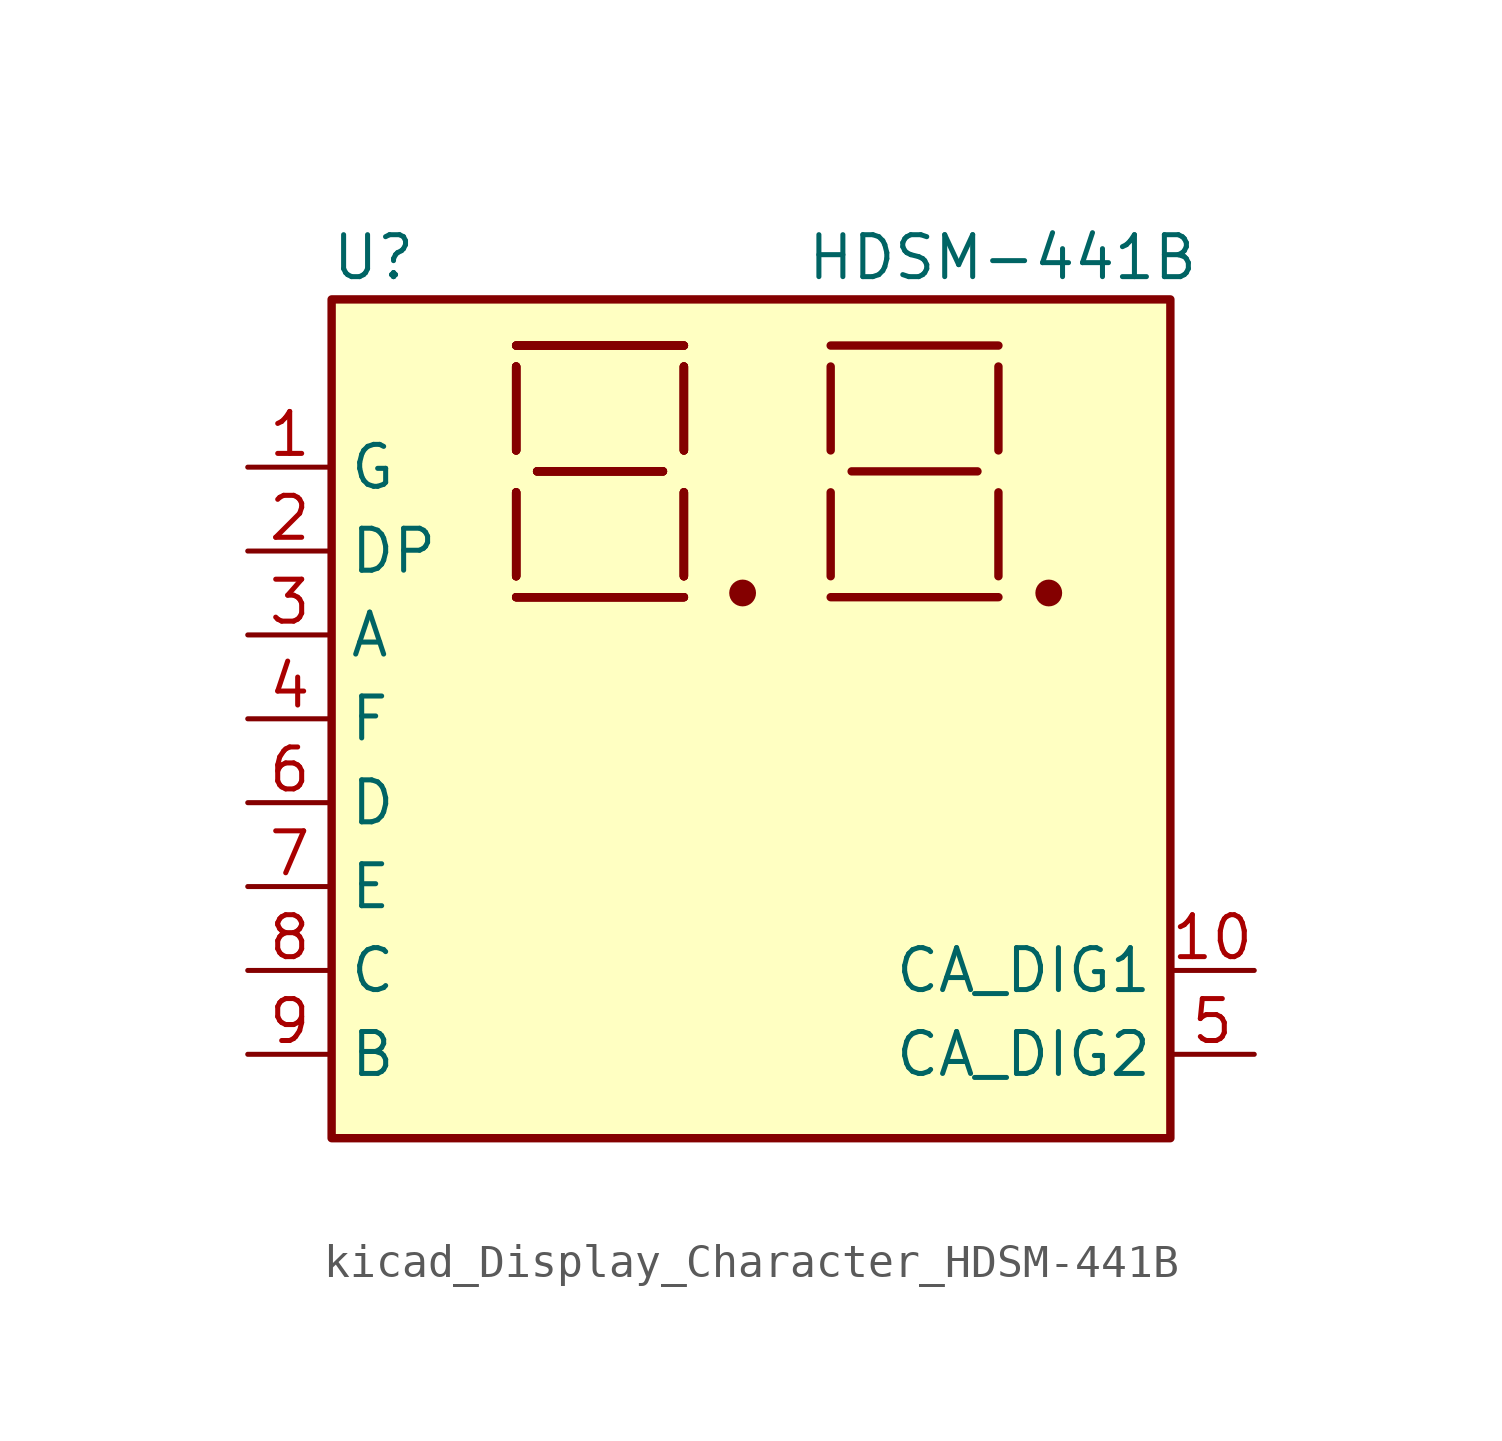
<source format=kicad_sym>
(kicad_symbol_lib
  (version 20220914)
  (generator kicad_symbol_editor)
  (symbol "kicad_Display_Character_HDSM-441B"
    (property "Reference" "U"
      (at -11.43 13.97 0)
      (effects (font (size 1.27 1.27))))
    (property "Value" "HDSM-441B"
      (at 7.62 13.97 0)
      (effects (font (size 1.27 1.27))))
    (symbol "kicad_Display_Character_HDSM-441B_0_1"
      (rectangle (start -12.7 12.7) (end 12.7 -12.7) (stroke (width 0.254) (type default)) (fill (type background)))
      (circle (center -0.254 3.81) (radius 0.279) (stroke (width 0.254) (type default)) (fill (type outline)))
      (polyline (pts (xy -7.112 3.683) (xy -2.032 3.683)) (stroke (width 0.254) (type default)) (fill (type none)))
      (polyline (pts (xy -7.112 3.683) (xy -2.032 3.683)) (stroke (width 0.254) (type default)) (fill (type none)))
      (polyline (pts (xy -7.112 3.683) (xy -2.032 3.683)) (stroke (width 0.254) (type default)) (fill (type none)))
      (polyline (pts (xy -7.112 3.683) (xy -2.032 3.683)) (stroke (width 0.254) (type default)) (fill (type none)))
      (polyline (pts (xy -7.112 4.318) (xy -7.112 6.858)) (stroke (width 0.254) (type default)) (fill (type none)))
      (polyline (pts (xy -7.112 4.318) (xy -7.112 6.858)) (stroke (width 0.254) (type default)) (fill (type none)))
      (polyline (pts (xy -7.112 4.318) (xy -7.112 6.858)) (stroke (width 0.254) (type default)) (fill (type none)))
      (polyline (pts (xy -7.112 4.318) (xy -7.112 6.858)) (stroke (width 0.254) (type default)) (fill (type none)))
      (polyline (pts (xy -7.112 8.128) (xy -7.112 10.668)) (stroke (width 0.254) (type default)) (fill (type none)))
      (polyline (pts (xy -7.112 8.128) (xy -7.112 10.668)) (stroke (width 0.254) (type default)) (fill (type none)))
      (polyline (pts (xy -7.112 8.128) (xy -7.112 10.668)) (stroke (width 0.254) (type default)) (fill (type none)))
      (polyline (pts (xy -7.112 8.128) (xy -7.112 10.668)) (stroke (width 0.254) (type default)) (fill (type none)))
      (polyline (pts (xy -7.112 11.303) (xy -2.032 11.303)) (stroke (width 0.254) (type default)) (fill (type none)))
      (polyline (pts (xy -7.112 11.303) (xy -2.032 11.303)) (stroke (width 0.254) (type default)) (fill (type none)))
      (polyline (pts (xy -7.112 11.303) (xy -2.032 11.303)) (stroke (width 0.254) (type default)) (fill (type none)))
      (polyline (pts (xy -7.112 11.303) (xy -2.032 11.303)) (stroke (width 0.254) (type default)) (fill (type none)))
      (polyline (pts (xy -6.477 7.493) (xy -2.667 7.493)) (stroke (width 0.254) (type default)) (fill (type none)))
      (polyline (pts (xy -6.477 7.493) (xy -2.667 7.493)) (stroke (width 0.254) (type default)) (fill (type none)))
      (polyline (pts (xy -6.477 7.493) (xy -2.667 7.493)) (stroke (width 0.254) (type default)) (fill (type none)))
      (polyline (pts (xy -6.477 7.493) (xy -2.667 7.493)) (stroke (width 0.254) (type default)) (fill (type none)))
      (polyline (pts (xy -2.032 4.318) (xy -2.032 6.858)) (stroke (width 0.254) (type default)) (fill (type none)))
      (polyline (pts (xy -2.032 4.318) (xy -2.032 6.858)) (stroke (width 0.254) (type default)) (fill (type none)))
      (polyline (pts (xy -2.032 4.318) (xy -2.032 6.858)) (stroke (width 0.254) (type default)) (fill (type none)))
      (polyline (pts (xy -2.032 4.318) (xy -2.032 6.858)) (stroke (width 0.254) (type default)) (fill (type none)))
      (polyline (pts (xy -2.032 10.668) (xy -2.032 8.128)) (stroke (width 0.254) (type default)) (fill (type none)))
      (polyline (pts (xy -2.032 10.668) (xy -2.032 8.128)) (stroke (width 0.254) (type default)) (fill (type none)))
      (polyline (pts (xy -2.032 10.668) (xy -2.032 8.128)) (stroke (width 0.254) (type default)) (fill (type none)))
      (polyline (pts (xy -2.032 10.668) (xy -2.032 8.128)) (stroke (width 0.254) (type default)) (fill (type none)))
      (polyline (pts (xy 2.413 3.683) (xy 7.493 3.683)) (stroke (width 0.254) (type default)) (fill (type none)))
      (polyline (pts (xy 2.413 4.318) (xy 2.413 6.858)) (stroke (width 0.254) (type default)) (fill (type none)))
      (polyline (pts (xy 2.413 8.128) (xy 2.413 10.668)) (stroke (width 0.254) (type default)) (fill (type none)))
      (polyline (pts (xy 2.413 11.303) (xy 7.493 11.303)) (stroke (width 0.254) (type default)) (fill (type none)))
      (polyline (pts (xy 3.048 7.493) (xy 6.858 7.493)) (stroke (width 0.254) (type default)) (fill (type none)))
      (polyline (pts (xy 7.493 4.318) (xy 7.493 6.858)) (stroke (width 0.254) (type default)) (fill (type none)))
      (polyline (pts (xy 7.493 8.128) (xy 7.493 10.668)) (stroke (width 0.254) (type default)) (fill (type none)))
      (circle (center 9.017 3.81) (radius 0.279) (stroke (width 0.254) (type default)) (fill (type outline))))
    (symbol "kicad_Display_Character_HDSM-441B_1_1"
      (pin input line (at -15.24 7.62 0) (length 2.54) (name "G" (effects (font (size 1.27 1.27)))) (number "1" (effects (font (size 1.27 1.27)))))
      (pin input line (at 15.24 -7.62 180) (length 2.54) (name "CA_DIG1" (effects (font (size 1.27 1.27)))) (number "10" (effects (font (size 1.27 1.27)))))
      (pin input line (at -15.24 5.08 0) (length 2.54) (name "DP" (effects (font (size 1.27 1.27)))) (number "2" (effects (font (size 1.27 1.27)))))
      (pin input line (at -15.24 2.54 0) (length 2.54) (name "A" (effects (font (size 1.27 1.27)))) (number "3" (effects (font (size 1.27 1.27)))))
      (pin input line (at -15.24 0 0) (length 2.54) (name "F" (effects (font (size 1.27 1.27)))) (number "4" (effects (font (size 1.27 1.27)))))
      (pin input line (at 15.24 -10.16 180) (length 2.54) (name "CA_DIG2" (effects (font (size 1.27 1.27)))) (number "5" (effects (font (size 1.27 1.27)))))
      (pin input line (at -15.24 -2.54 0) (length 2.54) (name "D" (effects (font (size 1.27 1.27)))) (number "6" (effects (font (size 1.27 1.27)))))
      (pin input line (at -15.24 -5.08 0) (length 2.54) (name "E" (effects (font (size 1.27 1.27)))) (number "7" (effects (font (size 1.27 1.27)))))
      (pin input line (at -15.24 -7.62 0) (length 2.54) (name "C" (effects (font (size 1.27 1.27)))) (number "8" (effects (font (size 1.27 1.27)))))
      (pin input line (at -15.24 -10.16 0) (length 2.54) (name "B" (effects (font (size 1.27 1.27)))) (number "9" (effects (font (size 1.27 1.27))))))))
</source>
